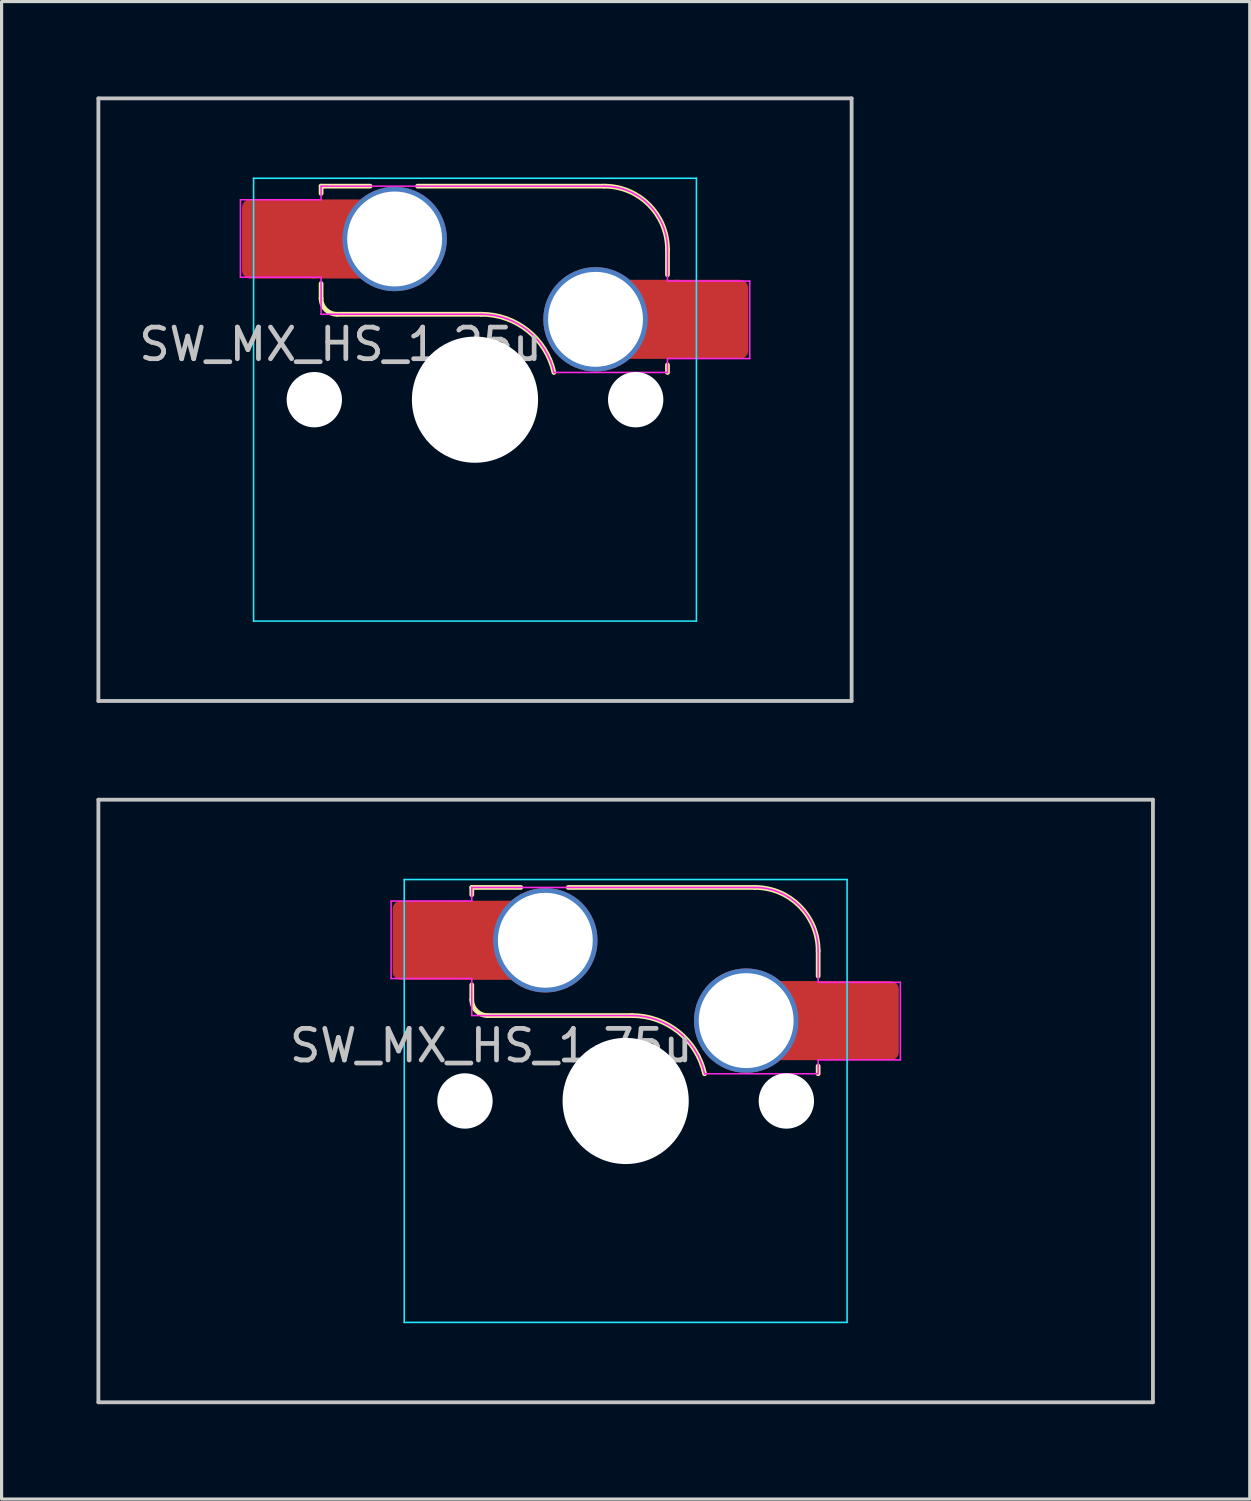
<source format=kicad_pcb>
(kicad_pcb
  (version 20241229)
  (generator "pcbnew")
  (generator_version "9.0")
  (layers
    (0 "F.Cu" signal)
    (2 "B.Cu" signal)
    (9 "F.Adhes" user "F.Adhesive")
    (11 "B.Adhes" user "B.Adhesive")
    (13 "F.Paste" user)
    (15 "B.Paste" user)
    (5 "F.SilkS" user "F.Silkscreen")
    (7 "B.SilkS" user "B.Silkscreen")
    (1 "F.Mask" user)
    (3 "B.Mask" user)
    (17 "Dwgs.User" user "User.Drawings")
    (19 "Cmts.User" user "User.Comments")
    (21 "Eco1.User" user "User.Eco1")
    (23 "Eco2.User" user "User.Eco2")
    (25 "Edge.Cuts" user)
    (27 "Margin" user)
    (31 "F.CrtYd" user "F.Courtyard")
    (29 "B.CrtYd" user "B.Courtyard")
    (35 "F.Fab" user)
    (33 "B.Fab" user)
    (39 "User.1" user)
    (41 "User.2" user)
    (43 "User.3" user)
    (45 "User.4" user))
  (footprint "SW_MX_HS_1.25u"
    (layer "F.Cu")
    (at 11.966 9.585)
    (property "Reference" "SW_MX_HS_1.25u" (at -4.25 -1.75 0) (layer "Dwgs.User") (effects (font (size 1 1) (thickness 0.15))))
    (attr smd)
    (fp_line (start -4.865 -6.75) (end -4.865 -6.52) (stroke (width 0.15) (type solid)) (layer "F.SilkS"))
    (fp_line (start -4.865 -3.67) (end -4.865 -3.2) (stroke (width 0.15) (type solid)) (layer "F.SilkS"))
    (fp_line (start -4.365 -2.7) (end 0.2 -2.7) (stroke (width 0.15) (type solid)) (layer "F.SilkS"))
    (fp_line (start -3.315 -6.75) (end -4.865 -6.75) (stroke (width 0.15) (type solid)) (layer "F.SilkS"))
    (fp_line (start 4.085 -6.75) (end -1.815 -6.75) (stroke (width 0.15) (type solid)) (layer "F.SilkS"))
    (fp_line (start 6.085 -3.95) (end 6.085 -4.75) (stroke (width 0.15) (type solid)) (layer "F.SilkS"))
    (fp_line (start 6.085 -1.1) (end 6.085 -0.86) (stroke (width 0.15) (type solid)) (layer "F.SilkS"))
    (fp_arc (start -4.364824 -2.70022) (mid -4.718377 -2.846667) (end -4.864824 -3.20022) (stroke (width 0.15) (type solid)) (layer "F.SilkS"))
    (fp_arc (start 0.2 -2.70022) (mid 1.670693 -2.183637) (end 2.494322 -0.86022) (stroke (width 0.15) (type solid)) (layer "F.SilkS"))
    (fp_arc (start 4.085176 -6.75022) (mid 5.49939 -6.164434) (end 6.085176 -4.75022) (stroke (width 0.15) (type solid)) (layer "F.SilkS"))
    (fp_line (start -11.906 -9.525) (end 11.906 -9.525) (stroke (width 0.12) (type solid)) (layer "Dwgs.User"))
    (fp_line (start -11.906 9.525) (end -11.906 -9.525) (stroke (width 0.12) (type solid)) (layer "Dwgs.User"))
    (fp_line (start 11.906 -9.525) (end 11.906 9.525) (stroke (width 0.12) (type solid)) (layer "Dwgs.User"))
    (fp_line (start 11.906 9.525) (end -11.906 9.525) (stroke (width 0.12) (type solid)) (layer "Dwgs.User"))
    (fp_line (start -7 -6.5) (end -7 6.5) (stroke (width 0.05) (type solid)) (layer "Eco2.User"))
    (fp_line (start -6.5 7) (end 6.5 7) (stroke (width 0.05) (type solid)) (layer "Eco2.User"))
    (fp_line (start 6.5 -7) (end -6.5 -7) (stroke (width 0.05) (type solid)) (layer "Eco2.User"))
    (fp_line (start 7 6.5) (end 7 -6.5) (stroke (width 0.05) (type solid)) (layer "Eco2.User"))
    (fp_arc (start -7 -6.5) (mid -6.853553 -6.853553) (end -6.5 -7) (stroke (width 0.05) (type solid)) (layer "Eco2.User"))
    (fp_arc (start -6.497236 6.998884) (mid -6.850789 6.852437) (end -6.997236 6.498884) (stroke (width 0.05) (type solid)) (layer "Eco2.User"))
    (fp_arc (start 6.5 -7) (mid 6.853553 -6.853553) (end 7 -6.5) (stroke (width 0.05) (type solid)) (layer "Eco2.User"))
    (fp_arc (start 7 6.5) (mid 6.853553 6.853553) (end 6.5 7) (stroke (width 0.05) (type solid)) (layer "Eco2.User"))
    (fp_line (start -7 -7) (end 7 -7) (stroke (width 0.05) (type solid)) (layer "B.CrtYd"))
    (fp_line (start -7 7) (end -7 -7) (stroke (width 0.05) (type solid)) (layer "B.CrtYd"))
    (fp_line (start 7 -7) (end 7 7) (stroke (width 0.05) (type solid)) (layer "B.CrtYd"))
    (fp_line (start 7 7) (end -7 7) (stroke (width 0.05) (type solid)) (layer "B.CrtYd"))
    (fp_line (start -7.415 -6.32) (end -4.865 -6.32) (stroke (width 0.05) (type solid)) (layer "F.CrtYd"))
    (fp_line (start -7.415 -3.87) (end -7.415 -6.32) (stroke (width 0.05) (type solid)) (layer "F.CrtYd"))
    (fp_line (start -4.865 -6.75) (end -4.865 -6.32) (stroke (width 0.05) (type solid)) (layer "F.CrtYd"))
    (fp_line (start -4.865 -3.87) (end -7.415 -3.87) (stroke (width 0.05) (type solid)) (layer "F.CrtYd"))
    (fp_line (start -4.865 -3.87) (end -4.865 -2.7) (stroke (width 0.05) (type solid)) (layer "F.CrtYd"))
    (fp_line (start -4.865 -2.7) (end 0.2 -2.7) (stroke (width 0.05) (type solid)) (layer "F.CrtYd"))
    (fp_line (start 4.085 -6.75) (end -4.865 -6.75) (stroke (width 0.05) (type solid)) (layer "F.CrtYd"))
    (fp_line (start 6.085 -3.75) (end 6.085 -4.75) (stroke (width 0.05) (type solid)) (layer "F.CrtYd"))
    (fp_line (start 6.085 -3.75) (end 8.685 -3.75) (stroke (width 0.05) (type solid)) (layer "F.CrtYd"))
    (fp_line (start 6.085 -1.3) (end 6.085 -0.86) (stroke (width 0.05) (type solid)) (layer "F.CrtYd"))
    (fp_line (start 6.085 -0.86) (end 2.494 -0.86) (stroke (width 0.05) (type solid)) (layer "F.CrtYd"))
    (fp_line (start 8.685 -3.75) (end 8.685 -1.3) (stroke (width 0.05) (type solid)) (layer "F.CrtYd"))
    (fp_line (start 8.685 -1.3) (end 6.085 -1.3) (stroke (width 0.05) (type solid)) (layer "F.CrtYd"))
    (fp_arc (start 0.2 -2.70022) (mid 1.670503 -2.183399) (end 2.494322 -0.86022) (stroke (width 0.05) (type solid)) (layer "F.CrtYd"))
    (fp_arc (start 4.085176 -6.75022) (mid 5.49939 -6.164434) (end 6.085176 -4.75022) (stroke (width 0.05) (type solid)) (layer "F.CrtYd"))
    (pad "" np_thru_hole circle (at -5.08 0) (size 1.75 1.75) (drill 1.75) (layers "*.Cu" "*.Mask"))
    (pad "" np_thru_hole circle (at 0 0) (size 3.988 3.988) (drill 3.988) (layers "*.Cu" "*.Mask"))
    (pad "" np_thru_hole circle (at 5.08 0) (size 1.75 1.75) (drill 1.75) (layers "*.Cu" "*.Mask"))
    (pad "1" thru_hole circle (at 3.81 -2.54) (size 3.3 3.3) (drill 3) (layers "*.Cu" "*.Mask"))
    (pad "1" smd rect (at 5.635 -2.54 180) (size 1.65 2.5) (layers "F.Cu"))
    (pad "1" smd roundrect (at 7.36 -2.54) (size 2.55 2.5) (layers "F.Cu" "F.Mask" "F.Paste") (roundrect_rratio 0.1))
    (pad "2" smd roundrect (at -6.09 -5.08) (size 2.55 2.5) (layers "F.Cu" "F.Mask" "F.Paste") (roundrect_rratio 0.1))
    (pad "2" smd rect (at -4.34 -5.08) (size 1.65 2.5) (layers "F.Cu"))
    (pad "2" thru_hole circle (at -2.54 -5.08) (size 3.3 3.3) (drill 3) (layers "*.Cu" "*.Mask")))
  (footprint "SW_MX_HS_1.75u"
    (layer "F.Cu")
    (at 16.729 31.755)
    (property "Reference" "SW_MX_HS_1.75u" (at -4.25 -1.75 0) (layer "Dwgs.User") (effects (font (size 1 1) (thickness 0.15))))
    (attr smd)
    (fp_line (start -4.865 -6.75) (end -4.865 -6.52) (stroke (width 0.15) (type solid)) (layer "F.SilkS"))
    (fp_line (start -4.865 -3.67) (end -4.865 -3.2) (stroke (width 0.15) (type solid)) (layer "F.SilkS"))
    (fp_line (start -4.365 -2.7) (end 0.2 -2.7) (stroke (width 0.15) (type solid)) (layer "F.SilkS"))
    (fp_line (start -3.315 -6.75) (end -4.865 -6.75) (stroke (width 0.15) (type solid)) (layer "F.SilkS"))
    (fp_line (start 4.085 -6.75) (end -1.815 -6.75) (stroke (width 0.15) (type solid)) (layer "F.SilkS"))
    (fp_line (start 6.085 -3.95) (end 6.085 -4.75) (stroke (width 0.15) (type solid)) (layer "F.SilkS"))
    (fp_line (start 6.085 -1.1) (end 6.085 -0.86) (stroke (width 0.15) (type solid)) (layer "F.SilkS"))
    (fp_arc (start -4.364824 -2.70022) (mid -4.718377 -2.846667) (end -4.864824 -3.20022) (stroke (width 0.15) (type solid)) (layer "F.SilkS"))
    (fp_arc (start 0.2 -2.70022) (mid 1.670693 -2.183637) (end 2.494322 -0.86022) (stroke (width 0.15) (type solid)) (layer "F.SilkS"))
    (fp_arc (start 4.085176 -6.75022) (mid 5.49939 -6.164434) (end 6.085176 -4.75022) (stroke (width 0.15) (type solid)) (layer "F.SilkS"))
    (fp_line (start -16.669 -9.525) (end 16.669 -9.525) (stroke (width 0.12) (type solid)) (layer "Dwgs.User"))
    (fp_line (start -16.669 9.525) (end -16.669 -9.525) (stroke (width 0.12) (type solid)) (layer "Dwgs.User"))
    (fp_line (start 16.669 -9.525) (end 16.669 9.525) (stroke (width 0.12) (type solid)) (layer "Dwgs.User"))
    (fp_line (start 16.669 9.525) (end -16.669 9.525) (stroke (width 0.12) (type solid)) (layer "Dwgs.User"))
    (fp_line (start -7 -6.5) (end -7 6.5) (stroke (width 0.05) (type solid)) (layer "Eco2.User"))
    (fp_line (start -6.5 7) (end 6.5 7) (stroke (width 0.05) (type solid)) (layer "Eco2.User"))
    (fp_line (start 6.5 -7) (end -6.5 -7) (stroke (width 0.05) (type solid)) (layer "Eco2.User"))
    (fp_line (start 7 6.5) (end 7 -6.5) (stroke (width 0.05) (type solid)) (layer "Eco2.User"))
    (fp_arc (start -7 -6.5) (mid -6.853553 -6.853553) (end -6.5 -7) (stroke (width 0.05) (type solid)) (layer "Eco2.User"))
    (fp_arc (start -6.497236 6.998884) (mid -6.850789 6.852437) (end -6.997236 6.498884) (stroke (width 0.05) (type solid)) (layer "Eco2.User"))
    (fp_arc (start 6.5 -7) (mid 6.853553 -6.853553) (end 7 -6.5) (stroke (width 0.05) (type solid)) (layer "Eco2.User"))
    (fp_arc (start 7 6.5) (mid 6.853553 6.853553) (end 6.5 7) (stroke (width 0.05) (type solid)) (layer "Eco2.User"))
    (fp_line (start -7 -7) (end 7 -7) (stroke (width 0.05) (type solid)) (layer "B.CrtYd"))
    (fp_line (start -7 7) (end -7 -7) (stroke (width 0.05) (type solid)) (layer "B.CrtYd"))
    (fp_line (start 7 -7) (end 7 7) (stroke (width 0.05) (type solid)) (layer "B.CrtYd"))
    (fp_line (start 7 7) (end -7 7) (stroke (width 0.05) (type solid)) (layer "B.CrtYd"))
    (fp_line (start -7.415 -6.32) (end -4.865 -6.32) (stroke (width 0.05) (type solid)) (layer "F.CrtYd"))
    (fp_line (start -7.415 -3.87) (end -7.415 -6.32) (stroke (width 0.05) (type solid)) (layer "F.CrtYd"))
    (fp_line (start -4.865 -6.75) (end -4.865 -6.32) (stroke (width 0.05) (type solid)) (layer "F.CrtYd"))
    (fp_line (start -4.865 -3.87) (end -7.415 -3.87) (stroke (width 0.05) (type solid)) (layer "F.CrtYd"))
    (fp_line (start -4.865 -3.87) (end -4.865 -2.7) (stroke (width 0.05) (type solid)) (layer "F.CrtYd"))
    (fp_line (start -4.865 -2.7) (end 0.2 -2.7) (stroke (width 0.05) (type solid)) (layer "F.CrtYd"))
    (fp_line (start 4.085 -6.75) (end -4.865 -6.75) (stroke (width 0.05) (type solid)) (layer "F.CrtYd"))
    (fp_line (start 6.085 -3.75) (end 6.085 -4.75) (stroke (width 0.05) (type solid)) (layer "F.CrtYd"))
    (fp_line (start 6.085 -3.75) (end 8.685 -3.75) (stroke (width 0.05) (type solid)) (layer "F.CrtYd"))
    (fp_line (start 6.085 -1.3) (end 6.085 -0.86) (stroke (width 0.05) (type solid)) (layer "F.CrtYd"))
    (fp_line (start 6.085 -0.86) (end 2.494 -0.86) (stroke (width 0.05) (type solid)) (layer "F.CrtYd"))
    (fp_line (start 8.685 -3.75) (end 8.685 -1.3) (stroke (width 0.05) (type solid)) (layer "F.CrtYd"))
    (fp_line (start 8.685 -1.3) (end 6.085 -1.3) (stroke (width 0.05) (type solid)) (layer "F.CrtYd"))
    (fp_arc (start 0.2 -2.70022) (mid 1.670503 -2.183399) (end 2.494322 -0.86022) (stroke (width 0.05) (type solid)) (layer "F.CrtYd"))
    (fp_arc (start 4.085176 -6.75022) (mid 5.49939 -6.164434) (end 6.085176 -4.75022) (stroke (width 0.05) (type solid)) (layer "F.CrtYd"))
    (pad "" np_thru_hole circle (at -5.08 0) (size 1.75 1.75) (drill 1.75) (layers "*.Cu" "*.Mask"))
    (pad "" np_thru_hole circle (at 0 0) (size 3.988 3.988) (drill 3.988) (layers "*.Cu" "*.Mask"))
    (pad "" np_thru_hole circle (at 5.08 0) (size 1.75 1.75) (drill 1.75) (layers "*.Cu" "*.Mask"))
    (pad "1" thru_hole circle (at 3.81 -2.54) (size 3.3 3.3) (drill 3) (layers "*.Cu" "*.Mask"))
    (pad "1" smd rect (at 5.635 -2.54 180) (size 1.65 2.5) (layers "F.Cu"))
    (pad "1" smd roundrect (at 7.36 -2.54) (size 2.55 2.5) (layers "F.Cu" "F.Mask" "F.Paste") (roundrect_rratio 0.1))
    (pad "2" smd roundrect (at -6.09 -5.08) (size 2.55 2.5) (layers "F.Cu" "F.Mask" "F.Paste") (roundrect_rratio 0.1))
    (pad "2" smd rect (at -4.34 -5.08) (size 1.65 2.5) (layers "F.Cu"))
    (pad "2" thru_hole circle (at -2.54 -5.08) (size 3.3 3.3) (drill 3) (layers "*.Cu" "*.Mask")))
  (gr_rect
    (start -3 -3)
    (end 36.458 44.34)
    (stroke (width 0.1) (type default))
    (fill no)
    (layer "Edge.Cuts")))
</source>
